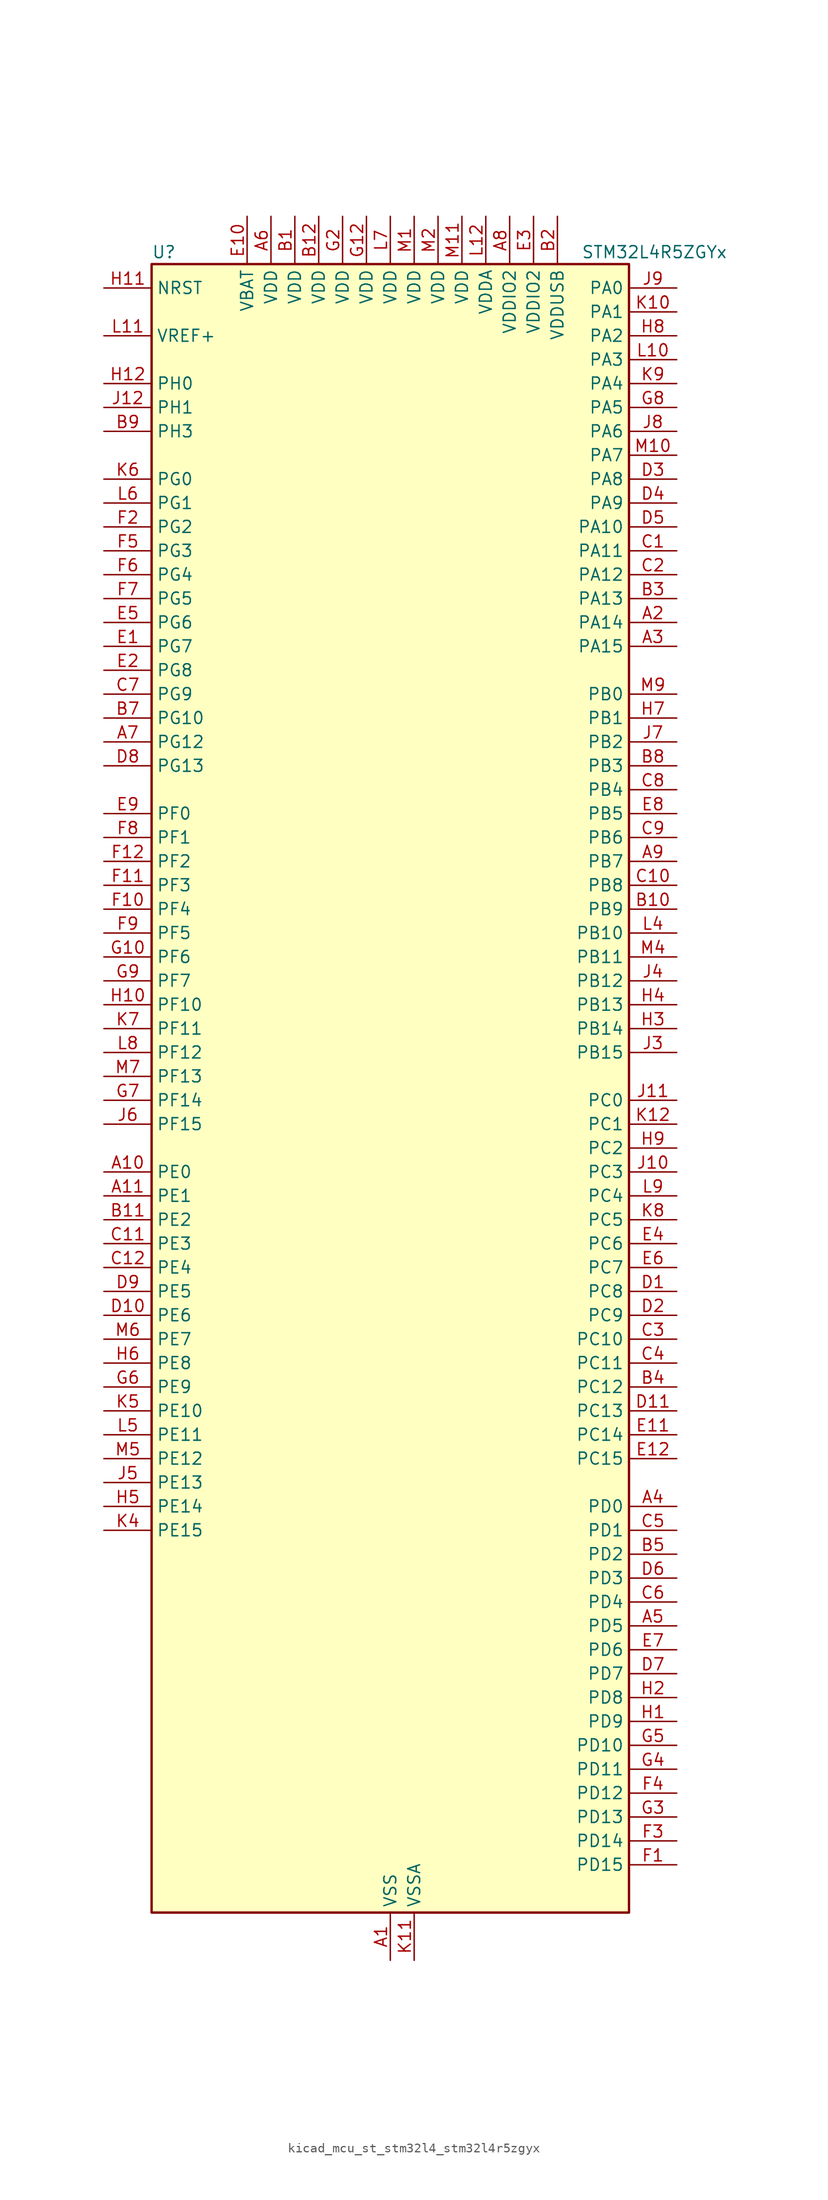
<source format=kicad_sym>
(kicad_symbol_lib
  (version 20220914)
  (generator kicad_symbol_editor)
  (symbol "kicad_mcu_st_stm32l4_stm32l4r5zgyx"
    (property "Reference" "U"
      (at -25.4 90.17 0)
      (effects (font (size 1.27 1.27)) (justify left)))
    (property "Value" "STM32L4R5ZGYx"
      (at 20.32 90.17 0)
      (effects (font (size 1.27 1.27)) (justify left)))
    (property "ki_locked" ""
      (at 0 0 0)
      (effects (font (size 1.27 1.27))))
    (symbol "kicad_mcu_st_stm32l4_stm32l4r5zgyx_0_1"
      (rectangle (start -25.4 -86.36) (end 25.4 88.9) (stroke (width 0.254) (type default)) (fill (type background))))
    (symbol "kicad_mcu_st_stm32l4_stm32l4r5zgyx_1_1"
      (pin power_in line (at 0 -91.44 90) (length 5.08) (name "VSS" (effects (font (size 1.27 1.27)))) (number "A1" (effects (font (size 1.27 1.27)))))
      (pin bidirectional line (at -30.48 -7.62 0) (length 5.08) (name "PE0" (effects (font (size 1.27 1.27)))) (number "A10" (effects (font (size 1.27 1.27)))) (alternate "DCMI_D2" bidirectional line) (alternate "FMC_NBL0" bidirectional line) (alternate "TIM16_CH1" bidirectional line) (alternate "TIM4_ETR" bidirectional line))
      (pin bidirectional line (at -30.48 -10.16 0) (length 5.08) (name "PE1" (effects (font (size 1.27 1.27)))) (number "A11" (effects (font (size 1.27 1.27)))) (alternate "DCMI_D3" bidirectional line) (alternate "FMC_NBL1" bidirectional line) (alternate "TIM17_CH1" bidirectional line))
      (pin passive line (at 0 -91.44 90) (length 5.08) hide (name "VSS" (effects (font (size 1.27 1.27)))) (number "A12" (effects (font (size 1.27 1.27)))))
      (pin bidirectional line (at 30.48 50.8 180) (length 5.08) (name "PA14" (effects (font (size 1.27 1.27)))) (number "A2" (effects (font (size 1.27 1.27)))) (alternate "I2C1_SMBA" bidirectional line) (alternate "I2C4_SMBA" bidirectional line) (alternate "LPTIM1_OUT" bidirectional line) (alternate "SAI1_FS_B" bidirectional line) (alternate "SYS_JTCK-SWCLK" bidirectional line) (alternate "USB_OTG_FS_SOF" bidirectional line))
      (pin bidirectional line (at 30.48 48.26 180) (length 5.08) (name "PA15" (effects (font (size 1.27 1.27)))) (number "A3" (effects (font (size 1.27 1.27)))) (alternate "ADC1_EXTI15" bidirectional line) (alternate "SAI2_FS_B" bidirectional line) (alternate "SPI1_NSS" bidirectional line) (alternate "SPI3_NSS" bidirectional line) (alternate "SYS_JTDI" bidirectional line) (alternate "TIM2_CH1" bidirectional line) (alternate "TIM2_ETR" bidirectional line) (alternate "TSC_G3_IO1" bidirectional line) (alternate "UART4_DE" bidirectional line) (alternate "UART4_RTS" bidirectional line) (alternate "USART2_RX" bidirectional line) (alternate "USART3_DE" bidirectional line) (alternate "USART3_RTS" bidirectional line))
      (pin bidirectional line (at 30.48 -43.18 180) (length 5.08) (name "PD0" (effects (font (size 1.27 1.27)))) (number "A4" (effects (font (size 1.27 1.27)))) (alternate "CAN1_RX" bidirectional line) (alternate "DFSDM1_DATIN7" bidirectional line) (alternate "FMC_D2" bidirectional line) (alternate "FMC_DA2" bidirectional line) (alternate "SPI2_NSS" bidirectional line))
      (pin bidirectional line (at 30.48 -55.88 180) (length 5.08) (name "PD5" (effects (font (size 1.27 1.27)))) (number "A5" (effects (font (size 1.27 1.27)))) (alternate "FMC_NWE" bidirectional line) (alternate "OCTOSPIM_P1_IO5" bidirectional line) (alternate "USART2_TX" bidirectional line))
      (pin power_in line (at -12.7 93.98 270) (length 5.08) (name "VDD" (effects (font (size 1.27 1.27)))) (number "A6" (effects (font (size 1.27 1.27)))))
      (pin bidirectional line (at -30.48 38.1 0) (length 5.08) (name "PG12" (effects (font (size 1.27 1.27)))) (number "A7" (effects (font (size 1.27 1.27)))) (alternate "FMC_NE4" bidirectional line) (alternate "LPTIM1_ETR" bidirectional line) (alternate "OCTOSPIM_P2_NCS" bidirectional line) (alternate "SAI2_SD_A" bidirectional line) (alternate "SPI3_NSS" bidirectional line) (alternate "USART1_DE" bidirectional line) (alternate "USART1_RTS" bidirectional line))
      (pin power_in line (at 12.7 93.98 270) (length 5.08) (name "VDDIO2" (effects (font (size 1.27 1.27)))) (number "A8" (effects (font (size 1.27 1.27)))))
      (pin bidirectional line (at 30.48 25.4 180) (length 5.08) (name "PB7" (effects (font (size 1.27 1.27)))) (number "A9" (effects (font (size 1.27 1.27)))) (alternate "COMP2_INM" bidirectional line) (alternate "DCMI_VSYNC" bidirectional line) (alternate "DFSDM1_CKIN5" bidirectional line) (alternate "FMC_NL" bidirectional line) (alternate "I2C1_SDA" bidirectional line) (alternate "I2C4_SDA" bidirectional line) (alternate "LPTIM1_IN2" bidirectional line) (alternate "SYS_PVD_IN" bidirectional line) (alternate "TIM17_CH1N" bidirectional line) (alternate "TIM4_CH2" bidirectional line) (alternate "TIM8_BKIN" bidirectional line) (alternate "TSC_G2_IO4" bidirectional line) (alternate "UART4_CTS" bidirectional line) (alternate "USART1_RX" bidirectional line))
      (pin power_in line (at -10.16 93.98 270) (length 5.08) (name "VDD" (effects (font (size 1.27 1.27)))) (number "B1" (effects (font (size 1.27 1.27)))))
      (pin bidirectional line (at 30.48 20.32 180) (length 5.08) (name "PB9" (effects (font (size 1.27 1.27)))) (number "B10" (effects (font (size 1.27 1.27)))) (alternate "CAN1_TX" bidirectional line) (alternate "DAC1_EXTI9" bidirectional line) (alternate "DCMI_D7" bidirectional line) (alternate "DFSDM1_CKIN6" bidirectional line) (alternate "I2C1_SDA" bidirectional line) (alternate "IR_OUT" bidirectional line) (alternate "SAI1_D2" bidirectional line) (alternate "SAI1_FS_A" bidirectional line) (alternate "SDMMC1_CDIR" bidirectional line) (alternate "SDMMC1_D5" bidirectional line) (alternate "SPI2_NSS" bidirectional line) (alternate "TIM17_CH1" bidirectional line) (alternate "TIM4_CH4" bidirectional line))
      (pin bidirectional line (at -30.48 -12.7 0) (length 5.08) (name "PE2" (effects (font (size 1.27 1.27)))) (number "B11" (effects (font (size 1.27 1.27)))) (alternate "FMC_A23" bidirectional line) (alternate "SAI1_CK1" bidirectional line) (alternate "SAI1_MCLK_A" bidirectional line) (alternate "SYS_TRACECLK" bidirectional line) (alternate "TIM3_ETR" bidirectional line) (alternate "TSC_G7_IO1" bidirectional line))
      (pin power_in line (at -7.62 93.98 270) (length 5.08) (name "VDD" (effects (font (size 1.27 1.27)))) (number "B12" (effects (font (size 1.27 1.27)))))
      (pin power_in line (at 17.78 93.98 270) (length 5.08) (name "VDDUSB" (effects (font (size 1.27 1.27)))) (number "B2" (effects (font (size 1.27 1.27)))))
      (pin bidirectional line (at 30.48 53.34 180) (length 5.08) (name "PA13" (effects (font (size 1.27 1.27)))) (number "B3" (effects (font (size 1.27 1.27)))) (alternate "IR_OUT" bidirectional line) (alternate "SAI1_SD_B" bidirectional line) (alternate "SYS_JTMS-SWDIO" bidirectional line) (alternate "USB_OTG_FS_NOE" bidirectional line))
      (pin bidirectional line (at 30.48 -30.48 180) (length 5.08) (name "PC12" (effects (font (size 1.27 1.27)))) (number "B4" (effects (font (size 1.27 1.27)))) (alternate "DCMI_D9" bidirectional line) (alternate "SAI2_SD_B" bidirectional line) (alternate "SDMMC1_CK" bidirectional line) (alternate "SPI3_MOSI" bidirectional line) (alternate "SYS_TRACED3" bidirectional line) (alternate "TSC_G3_IO4" bidirectional line) (alternate "UART5_TX" bidirectional line) (alternate "USART3_CK" bidirectional line))
      (pin bidirectional line (at 30.48 -48.26 180) (length 5.08) (name "PD2" (effects (font (size 1.27 1.27)))) (number "B5" (effects (font (size 1.27 1.27)))) (alternate "DCMI_D11" bidirectional line) (alternate "SDMMC1_CMD" bidirectional line) (alternate "SYS_TRACED2" bidirectional line) (alternate "TIM3_ETR" bidirectional line) (alternate "TSC_SYNC" bidirectional line) (alternate "UART5_RX" bidirectional line) (alternate "USART3_DE" bidirectional line) (alternate "USART3_RTS" bidirectional line))
      (pin passive line (at 0 -91.44 90) (length 5.08) hide (name "VSS" (effects (font (size 1.27 1.27)))) (number "B6" (effects (font (size 1.27 1.27)))))
      (pin bidirectional line (at -30.48 40.64 0) (length 5.08) (name "PG10" (effects (font (size 1.27 1.27)))) (number "B7" (effects (font (size 1.27 1.27)))) (alternate "FMC_NE3" bidirectional line) (alternate "LPTIM1_IN1" bidirectional line) (alternate "OCTOSPIM_P2_IO7" bidirectional line) (alternate "SAI2_FS_A" bidirectional line) (alternate "SPI3_MISO" bidirectional line) (alternate "TIM15_CH1" bidirectional line) (alternate "USART1_RX" bidirectional line))
      (pin bidirectional line (at 30.48 35.56 180) (length 5.08) (name "PB3" (effects (font (size 1.27 1.27)))) (number "B8" (effects (font (size 1.27 1.27)))) (alternate "COMP2_INM" bidirectional line) (alternate "CRS_SYNC" bidirectional line) (alternate "SAI1_SCK_B" bidirectional line) (alternate "SPI1_SCK" bidirectional line) (alternate "SPI3_SCK" bidirectional line) (alternate "SYS_JTDO-SWO" bidirectional line) (alternate "TIM2_CH2" bidirectional line) (alternate "USART1_DE" bidirectional line) (alternate "USART1_RTS" bidirectional line))
      (pin bidirectional line (at -30.48 71.12 0) (length 5.08) (name "PH3" (effects (font (size 1.27 1.27)))) (number "B9" (effects (font (size 1.27 1.27)))))
      (pin bidirectional line (at 30.48 58.42 180) (length 5.08) (name "PA11" (effects (font (size 1.27 1.27)))) (number "C1" (effects (font (size 1.27 1.27)))) (alternate "ADC1_EXTI11" bidirectional line) (alternate "CAN1_RX" bidirectional line) (alternate "SPI1_MISO" bidirectional line) (alternate "TIM1_BKIN2" bidirectional line) (alternate "TIM1_CH4" bidirectional line) (alternate "USART1_CTS" bidirectional line) (alternate "USART1_NSS" bidirectional line) (alternate "USB_OTG_FS_DM" bidirectional line))
      (pin bidirectional line (at 30.48 22.86 180) (length 5.08) (name "PB8" (effects (font (size 1.27 1.27)))) (number "C10" (effects (font (size 1.27 1.27)))) (alternate "CAN1_RX" bidirectional line) (alternate "DCMI_D6" bidirectional line) (alternate "DFSDM1_CKOUT" bidirectional line) (alternate "DFSDM1_DATIN6" bidirectional line) (alternate "I2C1_SCL" bidirectional line) (alternate "SAI1_CK1" bidirectional line) (alternate "SAI1_MCLK_A" bidirectional line) (alternate "SDMMC1_CKIN" bidirectional line) (alternate "SDMMC1_D4" bidirectional line) (alternate "TIM16_CH1" bidirectional line) (alternate "TIM4_CH3" bidirectional line))
      (pin bidirectional line (at -30.48 -15.24 0) (length 5.08) (name "PE3" (effects (font (size 1.27 1.27)))) (number "C11" (effects (font (size 1.27 1.27)))) (alternate "FMC_A19" bidirectional line) (alternate "OCTOSPIM_P1_DQS" bidirectional line) (alternate "SAI1_SD_B" bidirectional line) (alternate "SYS_TRACED0" bidirectional line) (alternate "TIM3_CH1" bidirectional line) (alternate "TSC_G7_IO2" bidirectional line))
      (pin bidirectional line (at -30.48 -17.78 0) (length 5.08) (name "PE4" (effects (font (size 1.27 1.27)))) (number "C12" (effects (font (size 1.27 1.27)))) (alternate "DCMI_D4" bidirectional line) (alternate "DFSDM1_DATIN3" bidirectional line) (alternate "FMC_A20" bidirectional line) (alternate "SAI1_D2" bidirectional line) (alternate "SAI1_FS_A" bidirectional line) (alternate "SYS_TRACED1" bidirectional line) (alternate "TIM3_CH2" bidirectional line) (alternate "TSC_G7_IO3" bidirectional line))
      (pin bidirectional line (at 30.48 55.88 180) (length 5.08) (name "PA12" (effects (font (size 1.27 1.27)))) (number "C2" (effects (font (size 1.27 1.27)))) (alternate "CAN1_TX" bidirectional line) (alternate "SPI1_MOSI" bidirectional line) (alternate "TIM1_ETR" bidirectional line) (alternate "USART1_DE" bidirectional line) (alternate "USART1_RTS" bidirectional line) (alternate "USB_OTG_FS_DP" bidirectional line))
      (pin bidirectional line (at 30.48 -25.4 180) (length 5.08) (name "PC10" (effects (font (size 1.27 1.27)))) (number "C3" (effects (font (size 1.27 1.27)))) (alternate "DCMI_D8" bidirectional line) (alternate "SAI2_SCK_B" bidirectional line) (alternate "SDMMC1_D2" bidirectional line) (alternate "SPI3_SCK" bidirectional line) (alternate "SYS_TRACED1" bidirectional line) (alternate "TSC_G3_IO2" bidirectional line) (alternate "UART4_TX" bidirectional line) (alternate "USART3_TX" bidirectional line))
      (pin bidirectional line (at 30.48 -27.94 180) (length 5.08) (name "PC11" (effects (font (size 1.27 1.27)))) (number "C4" (effects (font (size 1.27 1.27)))) (alternate "ADC1_EXTI11" bidirectional line) (alternate "DCMI_D2" bidirectional line) (alternate "DCMI_D4" bidirectional line) (alternate "OCTOSPIM_P1_NCS" bidirectional line) (alternate "SAI2_MCLK_B" bidirectional line) (alternate "SDMMC1_D3" bidirectional line) (alternate "SPI3_MISO" bidirectional line) (alternate "TSC_G3_IO3" bidirectional line) (alternate "UART4_RX" bidirectional line) (alternate "USART3_RX" bidirectional line))
      (pin bidirectional line (at 30.48 -45.72 180) (length 5.08) (name "PD1" (effects (font (size 1.27 1.27)))) (number "C5" (effects (font (size 1.27 1.27)))) (alternate "CAN1_TX" bidirectional line) (alternate "DFSDM1_CKIN7" bidirectional line) (alternate "FMC_D3" bidirectional line) (alternate "FMC_DA3" bidirectional line) (alternate "SPI2_SCK" bidirectional line))
      (pin bidirectional line (at 30.48 -53.34 180) (length 5.08) (name "PD4" (effects (font (size 1.27 1.27)))) (number "C6" (effects (font (size 1.27 1.27)))) (alternate "DFSDM1_CKIN0" bidirectional line) (alternate "FMC_NOE" bidirectional line) (alternate "OCTOSPIM_P1_IO4" bidirectional line) (alternate "SPI2_MOSI" bidirectional line) (alternate "USART2_DE" bidirectional line) (alternate "USART2_RTS" bidirectional line))
      (pin bidirectional line (at -30.48 43.18 0) (length 5.08) (name "PG9" (effects (font (size 1.27 1.27)))) (number "C7" (effects (font (size 1.27 1.27)))) (alternate "DAC1_EXTI9" bidirectional line) (alternate "FMC_NCE" bidirectional line) (alternate "FMC_NE2" bidirectional line) (alternate "OCTOSPIM_P2_IO6" bidirectional line) (alternate "SAI2_SCK_A" bidirectional line) (alternate "SPI3_SCK" bidirectional line) (alternate "TIM15_CH1N" bidirectional line) (alternate "USART1_TX" bidirectional line))
      (pin bidirectional line (at 30.48 33.02 180) (length 5.08) (name "PB4" (effects (font (size 1.27 1.27)))) (number "C8" (effects (font (size 1.27 1.27)))) (alternate "COMP2_INP" bidirectional line) (alternate "DCMI_D12" bidirectional line) (alternate "I2C3_SDA" bidirectional line) (alternate "SAI1_MCLK_B" bidirectional line) (alternate "SPI1_MISO" bidirectional line) (alternate "SPI3_MISO" bidirectional line) (alternate "SYS_JTRST" bidirectional line) (alternate "TIM17_BKIN" bidirectional line) (alternate "TIM3_CH1" bidirectional line) (alternate "TSC_G2_IO1" bidirectional line) (alternate "UART5_DE" bidirectional line) (alternate "UART5_RTS" bidirectional line) (alternate "USART1_CTS" bidirectional line) (alternate "USART1_NSS" bidirectional line))
      (pin bidirectional line (at 30.48 27.94 180) (length 5.08) (name "PB6" (effects (font (size 1.27 1.27)))) (number "C9" (effects (font (size 1.27 1.27)))) (alternate "COMP2_INP" bidirectional line) (alternate "DCMI_D5" bidirectional line) (alternate "DFSDM1_DATIN5" bidirectional line) (alternate "I2C1_SCL" bidirectional line) (alternate "I2C4_SCL" bidirectional line) (alternate "LPTIM1_ETR" bidirectional line) (alternate "SAI1_FS_B" bidirectional line) (alternate "TIM16_CH1N" bidirectional line) (alternate "TIM4_CH1" bidirectional line) (alternate "TIM8_BKIN2" bidirectional line) (alternate "TSC_G2_IO3" bidirectional line) (alternate "USART1_TX" bidirectional line))
      (pin bidirectional line (at 30.48 -20.32 180) (length 5.08) (name "PC8" (effects (font (size 1.27 1.27)))) (number "D1" (effects (font (size 1.27 1.27)))) (alternate "DCMI_D2" bidirectional line) (alternate "SDMMC1_D0" bidirectional line) (alternate "TIM3_CH3" bidirectional line) (alternate "TIM8_CH3" bidirectional line) (alternate "TSC_G4_IO3" bidirectional line))
      (pin bidirectional line (at -30.48 -22.86 0) (length 5.08) (name "PE6" (effects (font (size 1.27 1.27)))) (number "D10" (effects (font (size 1.27 1.27)))) (alternate "DCMI_D7" bidirectional line) (alternate "FMC_A22" bidirectional line) (alternate "RTC_TAMP3" bidirectional line) (alternate "SAI1_D1" bidirectional line) (alternate "SAI1_SD_A" bidirectional line) (alternate "SYS_TRACED3" bidirectional line) (alternate "SYS_WKUP3" bidirectional line) (alternate "TIM3_CH4" bidirectional line))
      (pin bidirectional line (at 30.48 -33.02 180) (length 5.08) (name "PC13" (effects (font (size 1.27 1.27)))) (number "D11" (effects (font (size 1.27 1.27)))) (alternate "RTC_OUT_ALARM" bidirectional line) (alternate "RTC_OUT_CALIB" bidirectional line) (alternate "RTC_TAMP1" bidirectional line) (alternate "RTC_TS" bidirectional line) (alternate "SYS_WKUP2" bidirectional line))
      (pin passive line (at 0 -91.44 90) (length 5.08) hide (name "VSS" (effects (font (size 1.27 1.27)))) (number "D12" (effects (font (size 1.27 1.27)))))
      (pin bidirectional line (at 30.48 -22.86 180) (length 5.08) (name "PC9" (effects (font (size 1.27 1.27)))) (number "D2" (effects (font (size 1.27 1.27)))) (alternate "DAC1_EXTI9" bidirectional line) (alternate "DCMI_D3" bidirectional line) (alternate "I2C3_SDA" bidirectional line) (alternate "SAI2_EXTCLK" bidirectional line) (alternate "SDMMC1_D1" bidirectional line) (alternate "SYS_TRACED0" bidirectional line) (alternate "TIM3_CH4" bidirectional line) (alternate "TIM8_BKIN2" bidirectional line) (alternate "TIM8_CH4" bidirectional line) (alternate "TSC_G4_IO4" bidirectional line) (alternate "USB_OTG_FS_NOE" bidirectional line))
      (pin bidirectional line (at 30.48 66.04 180) (length 5.08) (name "PA8" (effects (font (size 1.27 1.27)))) (number "D3" (effects (font (size 1.27 1.27)))) (alternate "LPTIM2_OUT" bidirectional line) (alternate "RCC_MCO" bidirectional line) (alternate "SAI1_CK2" bidirectional line) (alternate "SAI1_SCK_A" bidirectional line) (alternate "TIM1_CH1" bidirectional line) (alternate "USART1_CK" bidirectional line) (alternate "USB_OTG_FS_SOF" bidirectional line))
      (pin bidirectional line (at 30.48 63.5 180) (length 5.08) (name "PA9" (effects (font (size 1.27 1.27)))) (number "D4" (effects (font (size 1.27 1.27)))) (alternate "DAC1_EXTI9" bidirectional line) (alternate "DCMI_D0" bidirectional line) (alternate "SAI1_FS_A" bidirectional line) (alternate "SPI2_SCK" bidirectional line) (alternate "TIM15_BKIN" bidirectional line) (alternate "TIM1_CH2" bidirectional line) (alternate "USART1_TX" bidirectional line) (alternate "USB_OTG_FS_VBUS" bidirectional line))
      (pin bidirectional line (at 30.48 60.96 180) (length 5.08) (name "PA10" (effects (font (size 1.27 1.27)))) (number "D5" (effects (font (size 1.27 1.27)))) (alternate "DCMI_D1" bidirectional line) (alternate "SAI1_D1" bidirectional line) (alternate "SAI1_SD_A" bidirectional line) (alternate "TIM17_BKIN" bidirectional line) (alternate "TIM1_CH3" bidirectional line) (alternate "USART1_RX" bidirectional line) (alternate "USB_OTG_FS_ID" bidirectional line))
      (pin bidirectional line (at 30.48 -50.8 180) (length 5.08) (name "PD3" (effects (font (size 1.27 1.27)))) (number "D6" (effects (font (size 1.27 1.27)))) (alternate "DCMI_D5" bidirectional line) (alternate "DFSDM1_DATIN0" bidirectional line) (alternate "FMC_CLK" bidirectional line) (alternate "OCTOSPIM_P2_NCS" bidirectional line) (alternate "SPI2_MISO" bidirectional line) (alternate "SPI2_SCK" bidirectional line) (alternate "USART2_CTS" bidirectional line) (alternate "USART2_NSS" bidirectional line))
      (pin bidirectional line (at 30.48 -60.96 180) (length 5.08) (name "PD7" (effects (font (size 1.27 1.27)))) (number "D7" (effects (font (size 1.27 1.27)))) (alternate "DFSDM1_CKIN1" bidirectional line) (alternate "FMC_NCE" bidirectional line) (alternate "FMC_NE1" bidirectional line) (alternate "OCTOSPIM_P1_IO7" bidirectional line) (alternate "USART2_CK" bidirectional line))
      (pin bidirectional line (at -30.48 35.56 0) (length 5.08) (name "PG13" (effects (font (size 1.27 1.27)))) (number "D8" (effects (font (size 1.27 1.27)))) (alternate "FMC_A24" bidirectional line) (alternate "I2C1_SDA" bidirectional line) (alternate "USART1_CK" bidirectional line))
      (pin bidirectional line (at -30.48 -20.32 0) (length 5.08) (name "PE5" (effects (font (size 1.27 1.27)))) (number "D9" (effects (font (size 1.27 1.27)))) (alternate "DCMI_D6" bidirectional line) (alternate "DFSDM1_CKIN3" bidirectional line) (alternate "FMC_A21" bidirectional line) (alternate "SAI1_CK2" bidirectional line) (alternate "SAI1_SCK_A" bidirectional line) (alternate "SYS_TRACED2" bidirectional line) (alternate "TIM3_CH3" bidirectional line) (alternate "TSC_G7_IO4" bidirectional line))
      (pin bidirectional line (at -30.48 48.26 0) (length 5.08) (name "PG7" (effects (font (size 1.27 1.27)))) (number "E1" (effects (font (size 1.27 1.27)))) (alternate "DFSDM1_CKOUT" bidirectional line) (alternate "FMC_INT" bidirectional line) (alternate "I2C3_SCL" bidirectional line) (alternate "LPUART1_TX" bidirectional line) (alternate "OCTOSPIM_P2_DQS" bidirectional line) (alternate "SAI1_CK1" bidirectional line) (alternate "SAI1_MCLK_A" bidirectional line))
      (pin power_in line (at -15.24 93.98 270) (length 5.08) (name "VBAT" (effects (font (size 1.27 1.27)))) (number "E10" (effects (font (size 1.27 1.27)))))
      (pin bidirectional line (at 30.48 -35.56 180) (length 5.08) (name "PC14" (effects (font (size 1.27 1.27)))) (number "E11" (effects (font (size 1.27 1.27)))) (alternate "RCC_OSC32_IN" bidirectional line))
      (pin bidirectional line (at 30.48 -38.1 180) (length 5.08) (name "PC15" (effects (font (size 1.27 1.27)))) (number "E12" (effects (font (size 1.27 1.27)))) (alternate "ADC1_EXTI15" bidirectional line) (alternate "RCC_OSC32_OUT" bidirectional line))
      (pin bidirectional line (at -30.48 45.72 0) (length 5.08) (name "PG8" (effects (font (size 1.27 1.27)))) (number "E2" (effects (font (size 1.27 1.27)))) (alternate "I2C3_SDA" bidirectional line) (alternate "LPUART1_RX" bidirectional line))
      (pin power_in line (at 15.24 93.98 270) (length 5.08) (name "VDDIO2" (effects (font (size 1.27 1.27)))) (number "E3" (effects (font (size 1.27 1.27)))))
      (pin bidirectional line (at 30.48 -15.24 180) (length 5.08) (name "PC6" (effects (font (size 1.27 1.27)))) (number "E4" (effects (font (size 1.27 1.27)))) (alternate "DCMI_D0" bidirectional line) (alternate "DFSDM1_CKIN3" bidirectional line) (alternate "SAI2_MCLK_A" bidirectional line) (alternate "SDMMC1_D0DIR" bidirectional line) (alternate "SDMMC1_D6" bidirectional line) (alternate "TIM3_CH1" bidirectional line) (alternate "TIM8_CH1" bidirectional line) (alternate "TSC_G4_IO1" bidirectional line))
      (pin bidirectional line (at -30.48 50.8 0) (length 5.08) (name "PG6" (effects (font (size 1.27 1.27)))) (number "E5" (effects (font (size 1.27 1.27)))) (alternate "I2C3_SMBA" bidirectional line) (alternate "LPUART1_DE" bidirectional line) (alternate "LPUART1_RTS" bidirectional line) (alternate "OCTOSPIM_P1_DQS" bidirectional line))
      (pin bidirectional line (at 30.48 -17.78 180) (length 5.08) (name "PC7" (effects (font (size 1.27 1.27)))) (number "E6" (effects (font (size 1.27 1.27)))) (alternate "DCMI_D1" bidirectional line) (alternate "DFSDM1_DATIN3" bidirectional line) (alternate "SAI2_MCLK_B" bidirectional line) (alternate "SDMMC1_D123DIR" bidirectional line) (alternate "SDMMC1_D7" bidirectional line) (alternate "TIM3_CH2" bidirectional line) (alternate "TIM8_CH2" bidirectional line) (alternate "TSC_G4_IO2" bidirectional line))
      (pin bidirectional line (at 30.48 -58.42 180) (length 5.08) (name "PD6" (effects (font (size 1.27 1.27)))) (number "E7" (effects (font (size 1.27 1.27)))) (alternate "DCMI_D10" bidirectional line) (alternate "DFSDM1_DATIN1" bidirectional line) (alternate "FMC_NWAIT" bidirectional line) (alternate "OCTOSPIM_P1_IO6" bidirectional line) (alternate "SAI1_D1" bidirectional line) (alternate "SAI1_SD_A" bidirectional line) (alternate "SPI3_MOSI" bidirectional line) (alternate "USART2_RX" bidirectional line))
      (pin bidirectional line (at 30.48 30.48 180) (length 5.08) (name "PB5" (effects (font (size 1.27 1.27)))) (number "E8" (effects (font (size 1.27 1.27)))) (alternate "COMP2_OUT" bidirectional line) (alternate "DCMI_D10" bidirectional line) (alternate "I2C1_SMBA" bidirectional line) (alternate "LPTIM1_IN1" bidirectional line) (alternate "SAI1_SD_B" bidirectional line) (alternate "SPI1_MOSI" bidirectional line) (alternate "SPI3_MOSI" bidirectional line) (alternate "TIM16_BKIN" bidirectional line) (alternate "TIM3_CH2" bidirectional line) (alternate "TSC_G2_IO2" bidirectional line) (alternate "UART5_CTS" bidirectional line) (alternate "USART1_CK" bidirectional line))
      (pin bidirectional line (at -30.48 30.48 0) (length 5.08) (name "PF0" (effects (font (size 1.27 1.27)))) (number "E9" (effects (font (size 1.27 1.27)))) (alternate "FMC_A0" bidirectional line) (alternate "I2C2_SDA" bidirectional line) (alternate "OCTOSPIM_P2_IO0" bidirectional line))
      (pin bidirectional line (at 30.48 -81.28 180) (length 5.08) (name "PD15" (effects (font (size 1.27 1.27)))) (number "F1" (effects (font (size 1.27 1.27)))) (alternate "ADC1_EXTI15" bidirectional line) (alternate "FMC_D1" bidirectional line) (alternate "FMC_DA1" bidirectional line) (alternate "TIM4_CH4" bidirectional line))
      (pin bidirectional line (at -30.48 20.32 0) (length 5.08) (name "PF4" (effects (font (size 1.27 1.27)))) (number "F10" (effects (font (size 1.27 1.27)))) (alternate "FMC_A4" bidirectional line) (alternate "OCTOSPIM_P2_CLK" bidirectional line))
      (pin bidirectional line (at -30.48 22.86 0) (length 5.08) (name "PF3" (effects (font (size 1.27 1.27)))) (number "F11" (effects (font (size 1.27 1.27)))) (alternate "FMC_A3" bidirectional line) (alternate "OCTOSPIM_P2_IO3" bidirectional line))
      (pin bidirectional line (at -30.48 25.4 0) (length 5.08) (name "PF2" (effects (font (size 1.27 1.27)))) (number "F12" (effects (font (size 1.27 1.27)))) (alternate "FMC_A2" bidirectional line) (alternate "I2C2_SMBA" bidirectional line) (alternate "OCTOSPIM_P2_IO2" bidirectional line))
      (pin bidirectional line (at -30.48 60.96 0) (length 5.08) (name "PG2" (effects (font (size 1.27 1.27)))) (number "F2" (effects (font (size 1.27 1.27)))) (alternate "FMC_A12" bidirectional line) (alternate "SAI2_SCK_B" bidirectional line) (alternate "SPI1_SCK" bidirectional line))
      (pin bidirectional line (at 30.48 -78.74 180) (length 5.08) (name "PD14" (effects (font (size 1.27 1.27)))) (number "F3" (effects (font (size 1.27 1.27)))) (alternate "FMC_D0" bidirectional line) (alternate "FMC_DA0" bidirectional line) (alternate "TIM4_CH3" bidirectional line))
      (pin bidirectional line (at 30.48 -73.66 180) (length 5.08) (name "PD12" (effects (font (size 1.27 1.27)))) (number "F4" (effects (font (size 1.27 1.27)))) (alternate "FMC_A17" bidirectional line) (alternate "FMC_ALE" bidirectional line) (alternate "I2C4_SCL" bidirectional line) (alternate "LPTIM2_IN1" bidirectional line) (alternate "SAI2_FS_A" bidirectional line) (alternate "TIM4_CH1" bidirectional line) (alternate "TSC_G6_IO3" bidirectional line) (alternate "USART3_DE" bidirectional line) (alternate "USART3_RTS" bidirectional line))
      (pin bidirectional line (at -30.48 58.42 0) (length 5.08) (name "PG3" (effects (font (size 1.27 1.27)))) (number "F5" (effects (font (size 1.27 1.27)))) (alternate "FMC_A13" bidirectional line) (alternate "SAI2_FS_B" bidirectional line) (alternate "SPI1_MISO" bidirectional line))
      (pin bidirectional line (at -30.48 55.88 0) (length 5.08) (name "PG4" (effects (font (size 1.27 1.27)))) (number "F6" (effects (font (size 1.27 1.27)))) (alternate "FMC_A14" bidirectional line) (alternate "SAI2_MCLK_B" bidirectional line) (alternate "SPI1_MOSI" bidirectional line))
      (pin bidirectional line (at -30.48 53.34 0) (length 5.08) (name "PG5" (effects (font (size 1.27 1.27)))) (number "F7" (effects (font (size 1.27 1.27)))) (alternate "FMC_A15" bidirectional line) (alternate "LPUART1_CTS" bidirectional line) (alternate "SAI2_SD_B" bidirectional line) (alternate "SPI1_NSS" bidirectional line))
      (pin bidirectional line (at -30.48 27.94 0) (length 5.08) (name "PF1" (effects (font (size 1.27 1.27)))) (number "F8" (effects (font (size 1.27 1.27)))) (alternate "FMC_A1" bidirectional line) (alternate "I2C2_SCL" bidirectional line) (alternate "OCTOSPIM_P2_IO1" bidirectional line))
      (pin bidirectional line (at -30.48 17.78 0) (length 5.08) (name "PF5" (effects (font (size 1.27 1.27)))) (number "F9" (effects (font (size 1.27 1.27)))) (alternate "FMC_A5" bidirectional line))
      (pin passive line (at 0 -91.44 90) (length 5.08) hide (name "VSS" (effects (font (size 1.27 1.27)))) (number "G1" (effects (font (size 1.27 1.27)))))
      (pin bidirectional line (at -30.48 15.24 0) (length 5.08) (name "PF6" (effects (font (size 1.27 1.27)))) (number "G10" (effects (font (size 1.27 1.27)))) (alternate "OCTOSPIM_P1_IO3" bidirectional line) (alternate "SAI1_SD_B" bidirectional line) (alternate "TIM5_CH1" bidirectional line) (alternate "TIM5_ETR" bidirectional line))
      (pin passive line (at 0 -91.44 90) (length 5.08) hide (name "VSS" (effects (font (size 1.27 1.27)))) (number "G11" (effects (font (size 1.27 1.27)))))
      (pin power_in line (at -2.54 93.98 270) (length 5.08) (name "VDD" (effects (font (size 1.27 1.27)))) (number "G12" (effects (font (size 1.27 1.27)))))
      (pin power_in line (at -5.08 93.98 270) (length 5.08) (name "VDD" (effects (font (size 1.27 1.27)))) (number "G2" (effects (font (size 1.27 1.27)))))
      (pin bidirectional line (at 30.48 -76.2 180) (length 5.08) (name "PD13" (effects (font (size 1.27 1.27)))) (number "G3" (effects (font (size 1.27 1.27)))) (alternate "FMC_A18" bidirectional line) (alternate "I2C4_SDA" bidirectional line) (alternate "LPTIM2_OUT" bidirectional line) (alternate "TIM4_CH2" bidirectional line) (alternate "TSC_G6_IO4" bidirectional line))
      (pin bidirectional line (at 30.48 -71.12 180) (length 5.08) (name "PD11" (effects (font (size 1.27 1.27)))) (number "G4" (effects (font (size 1.27 1.27)))) (alternate "ADC1_EXTI11" bidirectional line) (alternate "FMC_A16" bidirectional line) (alternate "FMC_CLE" bidirectional line) (alternate "I2C4_SMBA" bidirectional line) (alternate "LPTIM2_ETR" bidirectional line) (alternate "SAI2_SD_A" bidirectional line) (alternate "TSC_G6_IO2" bidirectional line) (alternate "USART3_CTS" bidirectional line) (alternate "USART3_NSS" bidirectional line))
      (pin bidirectional line (at 30.48 -68.58 180) (length 5.08) (name "PD10" (effects (font (size 1.27 1.27)))) (number "G5" (effects (font (size 1.27 1.27)))) (alternate "FMC_D15" bidirectional line) (alternate "FMC_DA15" bidirectional line) (alternate "SAI2_SCK_A" bidirectional line) (alternate "TSC_G6_IO1" bidirectional line) (alternate "USART3_CK" bidirectional line))
      (pin bidirectional line (at -30.48 -30.48 0) (length 5.08) (name "PE9" (effects (font (size 1.27 1.27)))) (number "G6" (effects (font (size 1.27 1.27)))) (alternate "DAC1_EXTI9" bidirectional line) (alternate "DFSDM1_CKOUT" bidirectional line) (alternate "FMC_D6" bidirectional line) (alternate "FMC_DA6" bidirectional line) (alternate "SAI1_FS_B" bidirectional line) (alternate "TIM1_CH1" bidirectional line))
      (pin bidirectional line (at -30.48 0 0) (length 5.08) (name "PF14" (effects (font (size 1.27 1.27)))) (number "G7" (effects (font (size 1.27 1.27)))) (alternate "DFSDM1_CKIN6" bidirectional line) (alternate "FMC_A8" bidirectional line) (alternate "I2C4_SCL" bidirectional line) (alternate "TSC_G8_IO1" bidirectional line))
      (pin bidirectional line (at 30.48 73.66 180) (length 5.08) (name "PA5" (effects (font (size 1.27 1.27)))) (number "G8" (effects (font (size 1.27 1.27)))) (alternate "ADC1_IN10" bidirectional line) (alternate "DAC1_OUT2" bidirectional line) (alternate "LPTIM2_ETR" bidirectional line) (alternate "SPI1_SCK" bidirectional line) (alternate "TIM2_CH1" bidirectional line) (alternate "TIM2_ETR" bidirectional line) (alternate "TIM8_CH1N" bidirectional line))
      (pin bidirectional line (at -30.48 12.7 0) (length 5.08) (name "PF7" (effects (font (size 1.27 1.27)))) (number "G9" (effects (font (size 1.27 1.27)))) (alternate "OCTOSPIM_P1_IO2" bidirectional line) (alternate "SAI1_MCLK_B" bidirectional line) (alternate "TIM5_CH2" bidirectional line))
      (pin bidirectional line (at 30.48 -66.04 180) (length 5.08) (name "PD9" (effects (font (size 1.27 1.27)))) (number "H1" (effects (font (size 1.27 1.27)))) (alternate "DAC1_EXTI9" bidirectional line) (alternate "DCMI_PIXCLK" bidirectional line) (alternate "FMC_D14" bidirectional line) (alternate "FMC_DA14" bidirectional line) (alternate "SAI2_MCLK_A" bidirectional line) (alternate "USART3_RX" bidirectional line))
      (pin bidirectional line (at -30.48 10.16 0) (length 5.08) (name "PF10" (effects (font (size 1.27 1.27)))) (number "H10" (effects (font (size 1.27 1.27)))) (alternate "DCMI_D11" bidirectional line) (alternate "DFSDM1_CKOUT" bidirectional line) (alternate "OCTOSPIM_P1_CLK" bidirectional line) (alternate "SAI1_D3" bidirectional line) (alternate "TIM15_CH2" bidirectional line))
      (pin input line (at -30.48 86.36 0) (length 5.08) (name "NRST" (effects (font (size 1.27 1.27)))) (number "H11" (effects (font (size 1.27 1.27)))))
      (pin bidirectional line (at -30.48 76.2 0) (length 5.08) (name "PH0" (effects (font (size 1.27 1.27)))) (number "H12" (effects (font (size 1.27 1.27)))) (alternate "RCC_OSC_IN" bidirectional line))
      (pin bidirectional line (at 30.48 -63.5 180) (length 5.08) (name "PD8" (effects (font (size 1.27 1.27)))) (number "H2" (effects (font (size 1.27 1.27)))) (alternate "DCMI_HSYNC" bidirectional line) (alternate "FMC_D13" bidirectional line) (alternate "FMC_DA13" bidirectional line) (alternate "USART3_TX" bidirectional line))
      (pin bidirectional line (at 30.48 7.62 180) (length 5.08) (name "PB14" (effects (font (size 1.27 1.27)))) (number "H3" (effects (font (size 1.27 1.27)))) (alternate "DFSDM1_DATIN2" bidirectional line) (alternate "I2C2_SDA" bidirectional line) (alternate "SAI2_MCLK_A" bidirectional line) (alternate "SPI2_MISO" bidirectional line) (alternate "TIM15_CH1" bidirectional line) (alternate "TIM1_CH2N" bidirectional line) (alternate "TIM8_CH2N" bidirectional line) (alternate "TSC_G1_IO3" bidirectional line) (alternate "USART3_DE" bidirectional line) (alternate "USART3_RTS" bidirectional line))
      (pin bidirectional line (at 30.48 10.16 180) (length 5.08) (name "PB13" (effects (font (size 1.27 1.27)))) (number "H4" (effects (font (size 1.27 1.27)))) (alternate "DFSDM1_CKIN1" bidirectional line) (alternate "I2C2_SCL" bidirectional line) (alternate "LPUART1_CTS" bidirectional line) (alternate "SAI2_SCK_A" bidirectional line) (alternate "SPI2_SCK" bidirectional line) (alternate "TIM15_CH1N" bidirectional line) (alternate "TIM1_CH1N" bidirectional line) (alternate "TSC_G1_IO2" bidirectional line) (alternate "USART3_CTS" bidirectional line) (alternate "USART3_NSS" bidirectional line))
      (pin bidirectional line (at -30.48 -43.18 0) (length 5.08) (name "PE14" (effects (font (size 1.27 1.27)))) (number "H5" (effects (font (size 1.27 1.27)))) (alternate "FMC_D11" bidirectional line) (alternate "FMC_DA11" bidirectional line) (alternate "OCTOSPIM_P1_IO2" bidirectional line) (alternate "SPI1_MISO" bidirectional line) (alternate "TIM1_BKIN2" bidirectional line) (alternate "TIM1_CH4" bidirectional line))
      (pin bidirectional line (at -30.48 -27.94 0) (length 5.08) (name "PE8" (effects (font (size 1.27 1.27)))) (number "H6" (effects (font (size 1.27 1.27)))) (alternate "DFSDM1_CKIN2" bidirectional line) (alternate "FMC_D5" bidirectional line) (alternate "FMC_DA5" bidirectional line) (alternate "SAI1_SCK_B" bidirectional line) (alternate "TIM1_CH1N" bidirectional line))
      (pin bidirectional line (at 30.48 40.64 180) (length 5.08) (name "PB1" (effects (font (size 1.27 1.27)))) (number "H7" (effects (font (size 1.27 1.27)))) (alternate "ADC1_IN16" bidirectional line) (alternate "COMP1_INM" bidirectional line) (alternate "DFSDM1_DATIN0" bidirectional line) (alternate "LPTIM2_IN1" bidirectional line) (alternate "LPUART1_DE" bidirectional line) (alternate "LPUART1_RTS" bidirectional line) (alternate "OCTOSPIM_P1_IO0" bidirectional line) (alternate "TIM1_CH3N" bidirectional line) (alternate "TIM3_CH4" bidirectional line) (alternate "TIM8_CH3N" bidirectional line) (alternate "USART3_DE" bidirectional line) (alternate "USART3_RTS" bidirectional line))
      (pin bidirectional line (at 30.48 81.28 180) (length 5.08) (name "PA2" (effects (font (size 1.27 1.27)))) (number "H8" (effects (font (size 1.27 1.27)))) (alternate "ADC1_IN7" bidirectional line) (alternate "LPUART1_TX" bidirectional line) (alternate "OCTOSPIM_P1_NCS" bidirectional line) (alternate "RCC_LSCO" bidirectional line) (alternate "SAI2_EXTCLK" bidirectional line) (alternate "SYS_WKUP4" bidirectional line) (alternate "TIM15_CH1" bidirectional line) (alternate "TIM2_CH3" bidirectional line) (alternate "TIM5_CH3" bidirectional line) (alternate "USART2_TX" bidirectional line))
      (pin bidirectional line (at 30.48 -5.08 180) (length 5.08) (name "PC2" (effects (font (size 1.27 1.27)))) (number "H9" (effects (font (size 1.27 1.27)))) (alternate "ADC1_IN3" bidirectional line) (alternate "DFSDM1_CKOUT" bidirectional line) (alternate "LPTIM1_IN2" bidirectional line) (alternate "OCTOSPIM_P1_IO5" bidirectional line) (alternate "SPI2_MISO" bidirectional line))
      (pin no_connect line (at -25.4 -86.36 0) (length 5.08) hide (name "NC" (effects (font (size 1.27 1.27)))) (number "J1" (effects (font (size 1.27 1.27)))))
      (pin bidirectional line (at 30.48 -7.62 180) (length 5.08) (name "PC3" (effects (font (size 1.27 1.27)))) (number "J10" (effects (font (size 1.27 1.27)))) (alternate "ADC1_IN4" bidirectional line) (alternate "LPTIM1_ETR" bidirectional line) (alternate "LPTIM2_ETR" bidirectional line) (alternate "OCTOSPIM_P1_IO6" bidirectional line) (alternate "SAI1_D1" bidirectional line) (alternate "SAI1_SD_A" bidirectional line) (alternate "SPI2_MOSI" bidirectional line))
      (pin bidirectional line (at 30.48 0 180) (length 5.08) (name "PC0" (effects (font (size 1.27 1.27)))) (number "J11" (effects (font (size 1.27 1.27)))) (alternate "ADC1_IN1" bidirectional line) (alternate "DFSDM1_DATIN4" bidirectional line) (alternate "I2C3_SCL" bidirectional line) (alternate "LPTIM1_IN1" bidirectional line) (alternate "LPTIM2_IN1" bidirectional line) (alternate "LPUART1_RX" bidirectional line) (alternate "SAI2_FS_A" bidirectional line))
      (pin bidirectional line (at -30.48 73.66 0) (length 5.08) (name "PH1" (effects (font (size 1.27 1.27)))) (number "J12" (effects (font (size 1.27 1.27)))) (alternate "RCC_OSC_OUT" bidirectional line))
      (pin no_connect line (at -25.4 -83.82 0) (length 5.08) hide (name "NC" (effects (font (size 1.27 1.27)))) (number "J2" (effects (font (size 1.27 1.27)))))
      (pin bidirectional line (at 30.48 5.08 180) (length 5.08) (name "PB15" (effects (font (size 1.27 1.27)))) (number "J3" (effects (font (size 1.27 1.27)))) (alternate "ADC1_EXTI15" bidirectional line) (alternate "DFSDM1_CKIN2" bidirectional line) (alternate "RTC_REFIN" bidirectional line) (alternate "SAI2_SD_A" bidirectional line) (alternate "SPI2_MOSI" bidirectional line) (alternate "TIM15_CH2" bidirectional line) (alternate "TIM1_CH3N" bidirectional line) (alternate "TIM8_CH3N" bidirectional line) (alternate "TSC_G1_IO4" bidirectional line))
      (pin bidirectional line (at 30.48 12.7 180) (length 5.08) (name "PB12" (effects (font (size 1.27 1.27)))) (number "J4" (effects (font (size 1.27 1.27)))) (alternate "DFSDM1_DATIN1" bidirectional line) (alternate "I2C2_SMBA" bidirectional line) (alternate "LPUART1_DE" bidirectional line) (alternate "LPUART1_RTS" bidirectional line) (alternate "SAI2_FS_A" bidirectional line) (alternate "SPI2_NSS" bidirectional line) (alternate "TIM15_BKIN" bidirectional line) (alternate "TIM1_BKIN" bidirectional line) (alternate "TSC_G1_IO1" bidirectional line) (alternate "USART3_CK" bidirectional line))
      (pin bidirectional line (at -30.48 -40.64 0) (length 5.08) (name "PE13" (effects (font (size 1.27 1.27)))) (number "J5" (effects (font (size 1.27 1.27)))) (alternate "DFSDM1_CKIN5" bidirectional line) (alternate "FMC_D10" bidirectional line) (alternate "FMC_DA10" bidirectional line) (alternate "OCTOSPIM_P1_IO1" bidirectional line) (alternate "SPI1_SCK" bidirectional line) (alternate "TIM1_CH3" bidirectional line) (alternate "TSC_G5_IO4" bidirectional line))
      (pin bidirectional line (at -30.48 -2.54 0) (length 5.08) (name "PF15" (effects (font (size 1.27 1.27)))) (number "J6" (effects (font (size 1.27 1.27)))) (alternate "ADC1_EXTI15" bidirectional line) (alternate "FMC_A9" bidirectional line) (alternate "I2C4_SDA" bidirectional line) (alternate "TSC_G8_IO2" bidirectional line))
      (pin bidirectional line (at 30.48 38.1 180) (length 5.08) (name "PB2" (effects (font (size 1.27 1.27)))) (number "J7" (effects (font (size 1.27 1.27)))) (alternate "COMP1_INP" bidirectional line) (alternate "DFSDM1_CKIN0" bidirectional line) (alternate "I2C3_SMBA" bidirectional line) (alternate "LPTIM1_OUT" bidirectional line) (alternate "OCTOSPIM_P1_DQS" bidirectional line) (alternate "RTC_OUT_ALARM" bidirectional line) (alternate "RTC_OUT_CALIB" bidirectional line))
      (pin bidirectional line (at 30.48 71.12 180) (length 5.08) (name "PA6" (effects (font (size 1.27 1.27)))) (number "J8" (effects (font (size 1.27 1.27)))) (alternate "ADC1_IN11" bidirectional line) (alternate "DCMI_PIXCLK" bidirectional line) (alternate "LPUART1_CTS" bidirectional line) (alternate "OCTOSPIM_P1_IO3" bidirectional line) (alternate "OPAMP2_VINP" bidirectional line) (alternate "SPI1_MISO" bidirectional line) (alternate "TIM16_CH1" bidirectional line) (alternate "TIM1_BKIN" bidirectional line) (alternate "TIM3_CH1" bidirectional line) (alternate "TIM8_BKIN" bidirectional line) (alternate "USART3_CTS" bidirectional line) (alternate "USART3_NSS" bidirectional line))
      (pin bidirectional line (at 30.48 86.36 180) (length 5.08) (name "PA0" (effects (font (size 1.27 1.27)))) (number "J9" (effects (font (size 1.27 1.27)))) (alternate "ADC1_IN5" bidirectional line) (alternate "OPAMP1_VINP" bidirectional line) (alternate "RTC_TAMP2" bidirectional line) (alternate "SAI1_EXTCLK" bidirectional line) (alternate "SYS_WKUP1" bidirectional line) (alternate "TIM2_CH1" bidirectional line) (alternate "TIM2_ETR" bidirectional line) (alternate "TIM5_CH1" bidirectional line) (alternate "TIM8_ETR" bidirectional line) (alternate "UART4_TX" bidirectional line) (alternate "USART2_CTS" bidirectional line) (alternate "USART2_NSS" bidirectional line))
      (pin no_connect line (at -25.4 -81.28 0) (length 5.08) hide (name "NC" (effects (font (size 1.27 1.27)))) (number "K1" (effects (font (size 1.27 1.27)))))
      (pin bidirectional line (at 30.48 83.82 180) (length 5.08) (name "PA1" (effects (font (size 1.27 1.27)))) (number "K10" (effects (font (size 1.27 1.27)))) (alternate "ADC1_IN6" bidirectional line) (alternate "I2C1_SMBA" bidirectional line) (alternate "OCTOSPIM_P1_DQS" bidirectional line) (alternate "OPAMP1_VINM" bidirectional line) (alternate "SPI1_SCK" bidirectional line) (alternate "TIM15_CH1N" bidirectional line) (alternate "TIM2_CH2" bidirectional line) (alternate "TIM5_CH2" bidirectional line) (alternate "UART4_RX" bidirectional line) (alternate "USART2_DE" bidirectional line) (alternate "USART2_RTS" bidirectional line))
      (pin power_in line (at 2.54 -91.44 90) (length 5.08) (name "VSSA" (effects (font (size 1.27 1.27)))) (number "K11" (effects (font (size 1.27 1.27)))))
      (pin bidirectional line (at 30.48 -2.54 180) (length 5.08) (name "PC1" (effects (font (size 1.27 1.27)))) (number "K12" (effects (font (size 1.27 1.27)))) (alternate "ADC1_IN2" bidirectional line) (alternate "DFSDM1_CKIN4" bidirectional line) (alternate "I2C3_SDA" bidirectional line) (alternate "LPTIM1_OUT" bidirectional line) (alternate "LPUART1_TX" bidirectional line) (alternate "OCTOSPIM_P1_IO4" bidirectional line) (alternate "SAI1_SD_A" bidirectional line) (alternate "SPI2_MOSI" bidirectional line) (alternate "SYS_TRACED0" bidirectional line))
      (pin no_connect line (at -25.4 -78.74 0) (length 5.08) hide (name "NC" (effects (font (size 1.27 1.27)))) (number "K2" (effects (font (size 1.27 1.27)))))
      (pin passive line (at 0 -91.44 90) (length 5.08) hide (name "VSS" (effects (font (size 1.27 1.27)))) (number "K3" (effects (font (size 1.27 1.27)))))
      (pin bidirectional line (at -30.48 -45.72 0) (length 5.08) (name "PE15" (effects (font (size 1.27 1.27)))) (number "K4" (effects (font (size 1.27 1.27)))) (alternate "ADC1_EXTI15" bidirectional line) (alternate "FMC_D12" bidirectional line) (alternate "FMC_DA12" bidirectional line) (alternate "OCTOSPIM_P1_IO3" bidirectional line) (alternate "SPI1_MOSI" bidirectional line) (alternate "TIM1_BKIN" bidirectional line))
      (pin bidirectional line (at -30.48 -33.02 0) (length 5.08) (name "PE10" (effects (font (size 1.27 1.27)))) (number "K5" (effects (font (size 1.27 1.27)))) (alternate "DFSDM1_DATIN4" bidirectional line) (alternate "FMC_D7" bidirectional line) (alternate "FMC_DA7" bidirectional line) (alternate "OCTOSPIM_P1_CLK" bidirectional line) (alternate "SAI1_MCLK_B" bidirectional line) (alternate "TIM1_CH2N" bidirectional line) (alternate "TSC_G5_IO1" bidirectional line))
      (pin bidirectional line (at -30.48 66.04 0) (length 5.08) (name "PG0" (effects (font (size 1.27 1.27)))) (number "K6" (effects (font (size 1.27 1.27)))) (alternate "FMC_A10" bidirectional line) (alternate "OCTOSPIM_P2_IO4" bidirectional line) (alternate "TSC_G8_IO3" bidirectional line))
      (pin bidirectional line (at -30.48 7.62 0) (length 5.08) (name "PF11" (effects (font (size 1.27 1.27)))) (number "K7" (effects (font (size 1.27 1.27)))) (alternate "ADC1_EXTI11" bidirectional line) (alternate "DCMI_D12" bidirectional line))
      (pin bidirectional line (at 30.48 -12.7 180) (length 5.08) (name "PC5" (effects (font (size 1.27 1.27)))) (number "K8" (effects (font (size 1.27 1.27)))) (alternate "ADC1_IN14" bidirectional line) (alternate "COMP1_INP" bidirectional line) (alternate "SAI1_D3" bidirectional line) (alternate "SYS_WKUP5" bidirectional line) (alternate "USART3_RX" bidirectional line))
      (pin bidirectional line (at 30.48 76.2 180) (length 5.08) (name "PA4" (effects (font (size 1.27 1.27)))) (number "K9" (effects (font (size 1.27 1.27)))) (alternate "ADC1_IN9" bidirectional line) (alternate "DAC1_OUT1" bidirectional line) (alternate "DCMI_HSYNC" bidirectional line) (alternate "LPTIM2_OUT" bidirectional line) (alternate "OCTOSPIM_P1_NCS" bidirectional line) (alternate "SAI1_FS_B" bidirectional line) (alternate "SPI1_NSS" bidirectional line) (alternate "SPI3_NSS" bidirectional line) (alternate "USART2_CK" bidirectional line))
      (pin no_connect line (at -25.4 -76.2 0) (length 5.08) hide (name "NC" (effects (font (size 1.27 1.27)))) (number "L1" (effects (font (size 1.27 1.27)))))
      (pin bidirectional line (at 30.48 78.74 180) (length 5.08) (name "PA3" (effects (font (size 1.27 1.27)))) (number "L10" (effects (font (size 1.27 1.27)))) (alternate "ADC1_IN8" bidirectional line) (alternate "LPUART1_RX" bidirectional line) (alternate "OCTOSPIM_P1_CLK" bidirectional line) (alternate "OPAMP1_VOUT" bidirectional line) (alternate "SAI1_CK1" bidirectional line) (alternate "SAI1_MCLK_A" bidirectional line) (alternate "TIM15_CH2" bidirectional line) (alternate "TIM2_CH4" bidirectional line) (alternate "TIM5_CH4" bidirectional line) (alternate "USART2_RX" bidirectional line))
      (pin input line (at -30.48 81.28 0) (length 5.08) (name "VREF+" (effects (font (size 1.27 1.27)))) (number "L11" (effects (font (size 1.27 1.27)))) (alternate "VREFBUF_OUT" bidirectional line))
      (pin power_in line (at 10.16 93.98 270) (length 5.08) (name "VDDA" (effects (font (size 1.27 1.27)))) (number "L12" (effects (font (size 1.27 1.27)))))
      (pin no_connect line (at -25.4 -73.66 0) (length 5.08) hide (name "NC" (effects (font (size 1.27 1.27)))) (number "L2" (effects (font (size 1.27 1.27)))))
      (pin no_connect line (at -25.4 -71.12 0) (length 5.08) hide (name "NC" (effects (font (size 1.27 1.27)))) (number "L3" (effects (font (size 1.27 1.27)))))
      (pin bidirectional line (at 30.48 17.78 180) (length 5.08) (name "PB10" (effects (font (size 1.27 1.27)))) (number "L4" (effects (font (size 1.27 1.27)))) (alternate "COMP1_OUT" bidirectional line) (alternate "DFSDM1_DATIN7" bidirectional line) (alternate "I2C2_SCL" bidirectional line) (alternate "I2C4_SCL" bidirectional line) (alternate "LPUART1_RX" bidirectional line) (alternate "OCTOSPIM_P1_CLK" bidirectional line) (alternate "SAI1_SCK_A" bidirectional line) (alternate "SPI2_SCK" bidirectional line) (alternate "TIM2_CH3" bidirectional line) (alternate "TSC_SYNC" bidirectional line) (alternate "USART3_TX" bidirectional line))
      (pin bidirectional line (at -30.48 -35.56 0) (length 5.08) (name "PE11" (effects (font (size 1.27 1.27)))) (number "L5" (effects (font (size 1.27 1.27)))) (alternate "ADC1_EXTI11" bidirectional line) (alternate "DFSDM1_CKIN4" bidirectional line) (alternate "FMC_D8" bidirectional line) (alternate "FMC_DA8" bidirectional line) (alternate "OCTOSPIM_P1_NCS" bidirectional line) (alternate "TIM1_CH2" bidirectional line) (alternate "TSC_G5_IO2" bidirectional line))
      (pin bidirectional line (at -30.48 63.5 0) (length 5.08) (name "PG1" (effects (font (size 1.27 1.27)))) (number "L6" (effects (font (size 1.27 1.27)))) (alternate "FMC_A11" bidirectional line) (alternate "OCTOSPIM_P2_IO5" bidirectional line) (alternate "TSC_G8_IO4" bidirectional line))
      (pin power_in line (at 0 93.98 270) (length 5.08) (name "VDD" (effects (font (size 1.27 1.27)))) (number "L7" (effects (font (size 1.27 1.27)))))
      (pin bidirectional line (at -30.48 5.08 0) (length 5.08) (name "PF12" (effects (font (size 1.27 1.27)))) (number "L8" (effects (font (size 1.27 1.27)))) (alternate "FMC_A6" bidirectional line) (alternate "OCTOSPIM_P2_DQS" bidirectional line))
      (pin bidirectional line (at 30.48 -10.16 180) (length 5.08) (name "PC4" (effects (font (size 1.27 1.27)))) (number "L9" (effects (font (size 1.27 1.27)))) (alternate "ADC1_IN13" bidirectional line) (alternate "COMP1_INM" bidirectional line) (alternate "OCTOSPIM_P1_IO7" bidirectional line) (alternate "USART3_TX" bidirectional line))
      (pin power_in line (at 2.54 93.98 270) (length 5.08) (name "VDD" (effects (font (size 1.27 1.27)))) (number "M1" (effects (font (size 1.27 1.27)))))
      (pin bidirectional line (at 30.48 68.58 180) (length 5.08) (name "PA7" (effects (font (size 1.27 1.27)))) (number "M10" (effects (font (size 1.27 1.27)))) (alternate "ADC1_IN12" bidirectional line) (alternate "I2C3_SCL" bidirectional line) (alternate "OCTOSPIM_P1_IO2" bidirectional line) (alternate "OPAMP2_VINM" bidirectional line) (alternate "SPI1_MOSI" bidirectional line) (alternate "TIM17_CH1" bidirectional line) (alternate "TIM1_CH1N" bidirectional line) (alternate "TIM3_CH2" bidirectional line) (alternate "TIM8_CH1N" bidirectional line))
      (pin power_in line (at 7.62 93.98 270) (length 5.08) (name "VDD" (effects (font (size 1.27 1.27)))) (number "M11" (effects (font (size 1.27 1.27)))))
      (pin passive line (at 0 -91.44 90) (length 5.08) hide (name "VSS" (effects (font (size 1.27 1.27)))) (number "M12" (effects (font (size 1.27 1.27)))))
      (pin power_in line (at 5.08 93.98 270) (length 5.08) (name "VDD" (effects (font (size 1.27 1.27)))) (number "M2" (effects (font (size 1.27 1.27)))))
      (pin passive line (at 0 -91.44 90) (length 5.08) hide (name "VSS" (effects (font (size 1.27 1.27)))) (number "M3" (effects (font (size 1.27 1.27)))))
      (pin bidirectional line (at 30.48 15.24 180) (length 5.08) (name "PB11" (effects (font (size 1.27 1.27)))) (number "M4" (effects (font (size 1.27 1.27)))) (alternate "ADC1_EXTI11" bidirectional line) (alternate "COMP2_OUT" bidirectional line) (alternate "DFSDM1_CKIN7" bidirectional line) (alternate "I2C2_SDA" bidirectional line) (alternate "I2C4_SDA" bidirectional line) (alternate "LPUART1_TX" bidirectional line) (alternate "OCTOSPIM_P1_NCS" bidirectional line) (alternate "TIM2_CH4" bidirectional line) (alternate "USART3_RX" bidirectional line))
      (pin bidirectional line (at -30.48 -38.1 0) (length 5.08) (name "PE12" (effects (font (size 1.27 1.27)))) (number "M5" (effects (font (size 1.27 1.27)))) (alternate "DFSDM1_DATIN5" bidirectional line) (alternate "FMC_D9" bidirectional line) (alternate "FMC_DA9" bidirectional line) (alternate "OCTOSPIM_P1_IO0" bidirectional line) (alternate "SPI1_NSS" bidirectional line) (alternate "TIM1_CH3N" bidirectional line) (alternate "TSC_G5_IO3" bidirectional line))
      (pin bidirectional line (at -30.48 -25.4 0) (length 5.08) (name "PE7" (effects (font (size 1.27 1.27)))) (number "M6" (effects (font (size 1.27 1.27)))) (alternate "DFSDM1_DATIN2" bidirectional line) (alternate "FMC_D4" bidirectional line) (alternate "FMC_DA4" bidirectional line) (alternate "SAI1_SD_B" bidirectional line) (alternate "TIM1_ETR" bidirectional line))
      (pin bidirectional line (at -30.48 2.54 0) (length 5.08) (name "PF13" (effects (font (size 1.27 1.27)))) (number "M7" (effects (font (size 1.27 1.27)))) (alternate "DFSDM1_DATIN6" bidirectional line) (alternate "FMC_A7" bidirectional line) (alternate "I2C4_SMBA" bidirectional line))
      (pin passive line (at 0 -91.44 90) (length 5.08) hide (name "VSS" (effects (font (size 1.27 1.27)))) (number "M8" (effects (font (size 1.27 1.27)))))
      (pin bidirectional line (at 30.48 43.18 180) (length 5.08) (name "PB0" (effects (font (size 1.27 1.27)))) (number "M9" (effects (font (size 1.27 1.27)))) (alternate "ADC1_IN15" bidirectional line) (alternate "COMP1_OUT" bidirectional line) (alternate "OCTOSPIM_P1_IO1" bidirectional line) (alternate "OPAMP2_VOUT" bidirectional line) (alternate "SAI1_EXTCLK" bidirectional line) (alternate "SPI1_NSS" bidirectional line) (alternate "TIM1_CH2N" bidirectional line) (alternate "TIM3_CH3" bidirectional line) (alternate "TIM8_CH2N" bidirectional line) (alternate "USART3_CK" bidirectional line)))))
</source>
